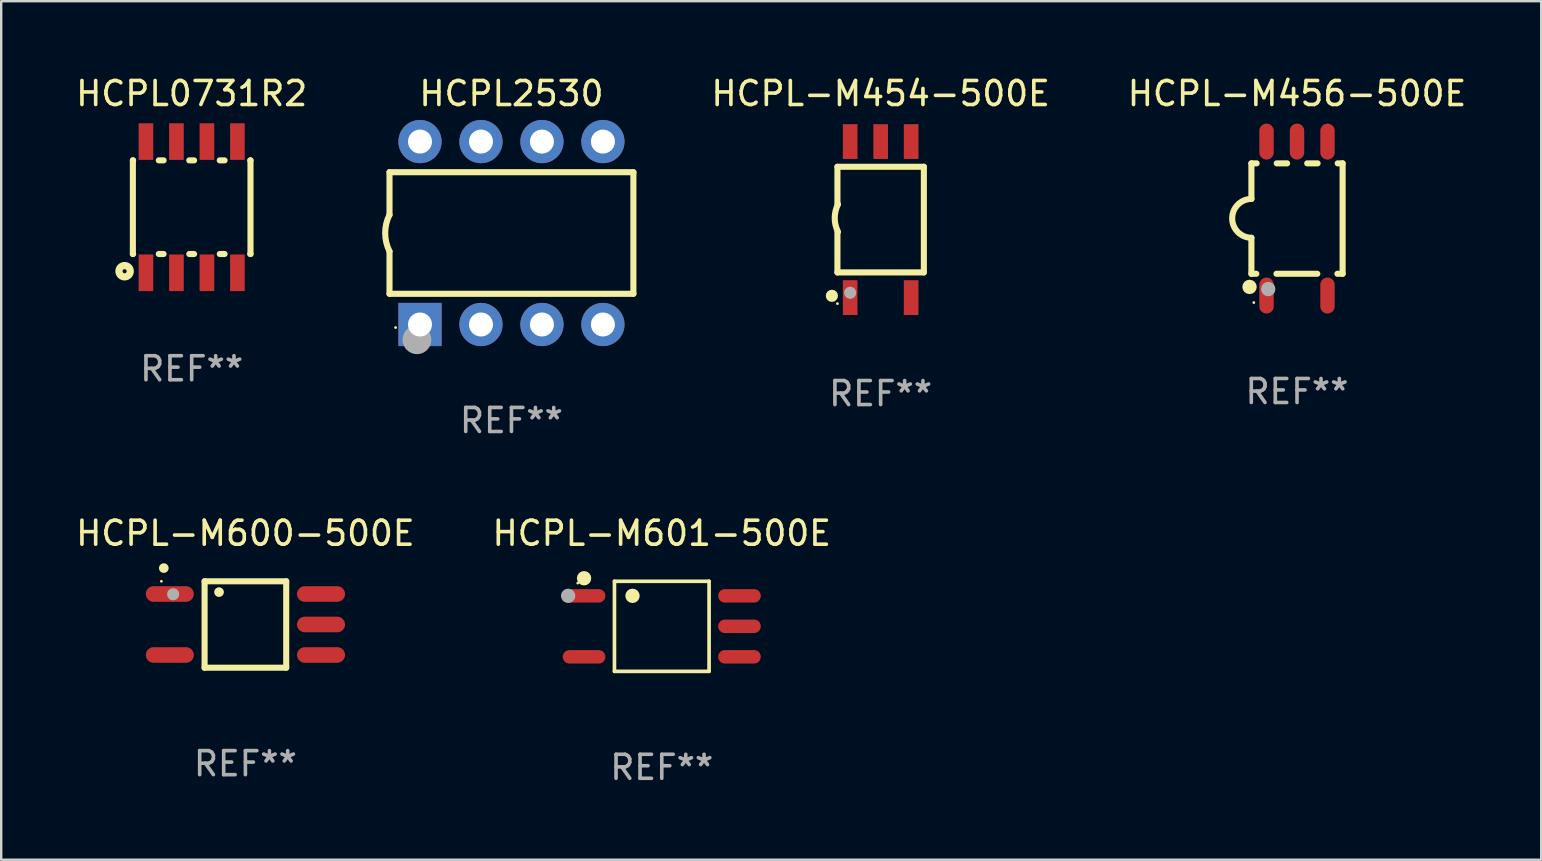
<source format=kicad_pcb>
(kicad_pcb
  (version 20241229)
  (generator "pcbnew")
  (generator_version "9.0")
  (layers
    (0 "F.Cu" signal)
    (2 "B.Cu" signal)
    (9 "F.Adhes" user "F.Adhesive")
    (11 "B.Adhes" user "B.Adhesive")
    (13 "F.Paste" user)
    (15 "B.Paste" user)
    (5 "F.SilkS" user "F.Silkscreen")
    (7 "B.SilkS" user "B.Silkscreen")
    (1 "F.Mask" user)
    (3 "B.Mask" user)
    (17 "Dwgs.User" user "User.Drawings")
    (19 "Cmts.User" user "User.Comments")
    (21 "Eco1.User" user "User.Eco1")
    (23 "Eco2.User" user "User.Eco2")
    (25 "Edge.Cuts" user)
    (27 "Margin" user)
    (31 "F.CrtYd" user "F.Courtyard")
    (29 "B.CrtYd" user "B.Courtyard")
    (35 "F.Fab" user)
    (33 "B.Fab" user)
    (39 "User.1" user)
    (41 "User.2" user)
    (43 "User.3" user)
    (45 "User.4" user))
  (footprint "HCPL0731R2"
    (layer "F.Cu")
    (at 4.935 5.581)
    (property "Reference" "HCPL0731R2" (at 0 -4.733 0) (layer "F.SilkS") (effects (font (size 1 1) (thickness 0.15))))
    (attr through_hole)
    (fp_line (start -2.45 -1.95) (end -2.45 1.95) (stroke (width 0.254) (type solid)) (layer "F.SilkS"))
    (fp_line (start -2.44 -1.95) (end -2.45 -1.95) (stroke (width 0.254) (type solid)) (layer "F.SilkS"))
    (fp_line (start -2.44 1.95) (end -2.45 1.95) (stroke (width 0.254) (type solid)) (layer "F.SilkS"))
    (fp_line (start -1.17 -1.95) (end -1.37 -1.95) (stroke (width 0.254) (type solid)) (layer "F.SilkS"))
    (fp_line (start -1.17 1.95) (end -1.37 1.95) (stroke (width 0.254) (type solid)) (layer "F.SilkS"))
    (fp_line (start 0.1 -1.95) (end -0.1 -1.95) (stroke (width 0.254) (type solid)) (layer "F.SilkS"))
    (fp_line (start 0.1 1.95) (end -0.1 1.95) (stroke (width 0.254) (type solid)) (layer "F.SilkS"))
    (fp_line (start 1.37 -1.95) (end 1.17 -1.95) (stroke (width 0.254) (type solid)) (layer "F.SilkS"))
    (fp_line (start 1.37 1.95) (end 1.17 1.95) (stroke (width 0.254) (type solid)) (layer "F.SilkS"))
    (fp_line (start 2.45 -1.95) (end 2.44 -1.95) (stroke (width 0.254) (type solid)) (layer "F.SilkS"))
    (fp_line (start 2.45 -1.95) (end 2.45 1.95) (stroke (width 0.254) (type solid)) (layer "F.SilkS"))
    (fp_line (start 2.45 1.95) (end 2.44 1.95) (stroke (width 0.254) (type solid)) (layer "F.SilkS"))
    (fp_circle (center -2.794 2.667) (end -2.558 2.667) (stroke (width 0.3) (type solid)) (fill no) (layer "F.SilkS"))
    (fp_text user "REF**" (at 0 6.733 0) (layer "F.Fab") (effects (font (size 1 1) (thickness 0.15))))
    (pad "1" smd rect (at -1.905 2.733) (size 0.61 1.525) (layers "F.Cu" "F.Mask" "F.Paste"))
    (pad "2" smd rect (at -0.635 2.733) (size 0.61 1.525) (layers "F.Cu" "F.Mask" "F.Paste"))
    (pad "3" smd rect (at 0.635 2.733) (size 0.61 1.525) (layers "F.Cu" "F.Mask" "F.Paste"))
    (pad "4" smd rect (at 1.905 2.733) (size 0.61 1.525) (layers "F.Cu" "F.Mask" "F.Paste"))
    (pad "5" smd rect (at 1.905 -2.733) (size 0.61 1.525) (layers "F.Cu" "F.Mask" "F.Paste"))
    (pad "6" smd rect (at 0.635 -2.733) (size 0.61 1.525) (layers "F.Cu" "F.Mask" "F.Paste"))
    (pad "7" smd rect (at -0.635 -2.733) (size 0.61 1.525) (layers "F.Cu" "F.Mask" "F.Paste"))
    (pad "8" smd rect (at -1.905 -2.733) (size 0.61 1.525) (layers "F.Cu" "F.Mask" "F.Paste")))
  (footprint "HCPL2530"
    (layer "F.Cu")
    (at 18.256 6.658)
    (property "Reference" "HCPL2530" (at 0 -5.81 0) (layer "F.SilkS") (effects (font (size 1 1) (thickness 0.15))))
    (attr through_hole)
    (fp_line (start -5.08 -2.534) (end 5.08 -2.534) (stroke (width 0.254) (type solid)) (layer "F.SilkS"))
    (fp_line (start -5.08 -0.762) (end -5.08 -2.534) (stroke (width 0.254) (type solid)) (layer "F.SilkS"))
    (fp_line (start -5.08 2.531) (end -5.08 0.762) (stroke (width 0.254) (type solid)) (layer "F.SilkS"))
    (fp_line (start -5.08 2.531) (end 5.08 2.531) (stroke (width 0.254) (type solid)) (layer "F.SilkS"))
    (fp_line (start 5.08 2.531) (end 5.08 -2.534) (stroke (width 0.254) (type solid)) (layer "F.SilkS"))
    (fp_arc (start -5.08001 0.762001) (mid -5.259894 0) (end -5.08001 -0.762002) (stroke (width 0.254001) (type solid)) (layer "F.SilkS"))
    (fp_circle (center -4.826 3.937) (end -4.796 3.937) (stroke (width 0.06) (type solid)) (fill no) (layer "F.SilkS"))
    (fp_circle (center -3.937 4.445) (end -3.637 4.445) (stroke (width 0.6) (type solid)) (fill no) (layer "F.Fab"))
    (fp_text user "REF**" (at 0 7.81 0) (layer "F.Fab") (effects (font (size 1 1) (thickness 0.15))))
    (pad "1" thru_hole rect (at -3.81 3.81) (size 1.8 1.8) (drill 1) (layers "*.Cu" "*.Mask"))
    (pad "2" thru_hole circle (at -1.27 3.81) (size 1.8 1.8) (drill 1) (layers "*.Cu" "*.Mask"))
    (pad "3" thru_hole circle (at 1.27 3.81) (size 1.8 1.8) (drill 1) (layers "*.Cu" "*.Mask"))
    (pad "4" thru_hole circle (at 3.81 3.81) (size 1.8 1.8) (drill 1) (layers "*.Cu" "*.Mask"))
    (pad "5" thru_hole circle (at 3.81 -3.81) (size 1.8 1.8) (drill 1) (layers "*.Cu" "*.Mask"))
    (pad "6" thru_hole circle (at 1.27 -3.81) (size 1.8 1.8) (drill 1) (layers "*.Cu" "*.Mask"))
    (pad "7" thru_hole circle (at -1.27 -3.81) (size 1.8 1.8) (drill 1) (layers "*.Cu" "*.Mask"))
    (pad "8" thru_hole circle (at -3.81 -3.81) (size 1.8 1.8) (drill 1) (layers "*.Cu" "*.Mask")))
  (footprint "HCPL-M456-500E"
    (layer "F.Cu")
    (at 50.981 6.055)
    (property "Reference" "HCPL-M456-500E" (at 0 -5.207 0) (layer "F.SilkS") (effects (font (size 1 1) (thickness 0.15))))
    (attr through_hole)
    (fp_line (start -1.9 -2.3) (end -1.9 -0.819) (stroke (width 0.254) (type solid)) (layer "F.SilkS"))
    (fp_line (start -1.9 -2.3) (end -1.683 -2.3) (stroke (width 0.254) (type solid)) (layer "F.SilkS"))
    (fp_line (start -1.9 0.801) (end -1.9 2.3) (stroke (width 0.254) (type solid)) (layer "F.SilkS"))
    (fp_line (start -1.9 2.3) (end -1.696 2.3) (stroke (width 0.254) (type solid)) (layer "F.SilkS"))
    (fp_line (start -0.857 2.3) (end 0.845 2.3) (stroke (width 0.254) (type solid)) (layer "F.SilkS"))
    (fp_line (start -0.845 -2.3) (end -0.413 -2.3) (stroke (width 0.254) (type solid)) (layer "F.SilkS"))
    (fp_line (start 0.425 -2.3) (end 0.857 -2.3) (stroke (width 0.254) (type solid)) (layer "F.SilkS"))
    (fp_line (start 1.683 2.3) (end 1.9 2.3) (stroke (width 0.254) (type solid)) (layer "F.SilkS"))
    (fp_line (start 1.696 -2.3) (end 1.9 -2.3) (stroke (width 0.254) (type solid)) (layer "F.SilkS"))
    (fp_line (start 1.9 -2.3) (end 1.9 2.3) (stroke (width 0.254) (type solid)) (layer "F.SilkS"))
    (fp_arc (start -1.9 0.801118) (mid -2.709805 -0.008801) (end -1.899924 -0.818644) (stroke (width 0.254001) (type solid)) (layer "F.SilkS"))
    (fp_circle (center -1.978 2.847) (end -1.828 2.847) (stroke (width 0.3) (type solid)) (fill no) (layer "F.SilkS"))
    (fp_circle (center -1.8 3.5) (end -1.77 3.5) (stroke (width 0.06) (type solid)) (fill no) (layer "F.SilkS"))
    (fp_circle (center -1.199 2.937) (end -1.049 2.937) (stroke (width 0.3) (type solid)) (fill no) (layer "F.Fab"))
    (fp_text user "REF**" (at 0 7.207 0) (layer "F.Fab") (effects (font (size 1 1) (thickness 0.15))))
    (pad "1" smd oval (at -1.27 3.206 90) (size 1.5 0.6) (layers "F.Cu" "F.Mask" "F.Paste"))
    (pad "3" smd oval (at 1.27 3.207 90) (size 1.5 0.6) (layers "F.Cu" "F.Mask" "F.Paste"))
    (pad "4" smd oval (at 1.27 -3.206 90) (size 1.5 0.6) (layers "F.Cu" "F.Mask" "F.Paste"))
    (pad "5" smd oval (at 0 -3.207 90) (size 1.5 0.6) (layers "F.Cu" "F.Mask" "F.Paste"))
    (pad "6" smd oval (at -1.27 -3.207 90) (size 1.5 0.6) (layers "F.Cu" "F.Mask" "F.Paste")))
  (footprint "HCPL-M454-500E"
    (layer "F.Cu")
    (at 33.636 6.098)
    (property "Reference" "HCPL-M454-500E" (at 0 -5.25 0) (layer "F.SilkS") (effects (font (size 1 1) (thickness 0.15))))
    (attr through_hole)
    (fp_line (start -1.8 -2.2) (end -1.8 -0.635) (stroke (width 0.254) (type solid)) (layer "F.SilkS"))
    (fp_line (start -1.8 -2.2) (end 1.8 -2.2) (stroke (width 0.254) (type solid)) (layer "F.SilkS"))
    (fp_line (start -1.8 2.2) (end -1.8 0.508) (stroke (width 0.254) (type solid)) (layer "F.SilkS"))
    (fp_line (start 1.8 -2.2) (end 1.8 2.2) (stroke (width 0.254) (type solid)) (layer "F.SilkS"))
    (fp_line (start 1.8 2.2) (end -1.8 2.2) (stroke (width 0.254) (type solid)) (layer "F.SilkS"))
    (fp_arc (start -1.7778 0.50922) (mid -1.912927 -0.062866) (end -1.778004 -0.635001) (stroke (width 0.254001) (type solid)) (layer "F.SilkS"))
    (fp_circle (center -2.032 3.175) (end -1.905 3.175) (stroke (width 0.254) (type solid)) (fill no) (layer "F.SilkS"))
    (fp_circle (center -1.8 3.5) (end -1.77 3.5) (stroke (width 0.06) (type solid)) (fill no) (layer "F.SilkS"))
    (fp_circle (center -1.27 3.048) (end -1.143 3.048) (stroke (width 0.254) (type solid)) (fill no) (layer "F.Fab"))
    (fp_text user "REF**" (at 0 7.25 0) (layer "F.Fab") (effects (font (size 1 1) (thickness 0.15))))
    (pad "1" smd rect (at -1.27 3.25 90) (size 1.45 0.61) (layers "F.Cu" "F.Mask" "F.Paste"))
    (pad "3" smd rect (at 1.27 3.25 90) (size 1.45 0.61) (layers "F.Cu" "F.Mask" "F.Paste"))
    (pad "4" smd rect (at 1.27 -3.25 90) (size 1.45 0.61) (layers "F.Cu" "F.Mask" "F.Paste"))
    (pad "5" smd rect (at 0 -3.25 90) (size 1.45 0.61) (layers "F.Cu" "F.Mask" "F.Paste"))
    (pad "6" smd rect (at -1.27 -3.25 90) (size 1.45 0.61) (layers "F.Cu" "F.Mask" "F.Paste")))
  (footprint "HCPL-M600-500E"
    (layer "F.Cu")
    (at 7.173 22.965)
    (property "Reference" "HCPL-M600-500E" (at 0 -3.8 0) (layer "F.SilkS") (effects (font (size 1 1) (thickness 0.15))))
    (attr through_hole)
    (fp_line (start -1.7 -1.8) (end -1.7 1.8) (stroke (width 0.254) (type solid)) (layer "F.SilkS"))
    (fp_line (start -1.7 1.8) (end 1.7 1.8) (stroke (width 0.254) (type solid)) (layer "F.SilkS"))
    (fp_line (start 1.7 -1.8) (end -1.7 -1.8) (stroke (width 0.254) (type solid)) (layer "F.SilkS"))
    (fp_line (start 1.7 1.8) (end 1.7 -1.8) (stroke (width 0.254) (type solid)) (layer "F.SilkS"))
    (fp_arc (start -3.400889 -2.349505) (mid -3.399619 -2.34951) (end -3.398349 -2.349505) (stroke (width 0.4) (type solid)) (layer "F.SilkS"))
    (fp_arc (start -1.099644 -1.348743) (mid -1.098374 -1.348747) (end -1.097104 -1.348743) (stroke (width 0.4) (type solid)) (layer "F.SilkS"))
    (fp_circle (center -3.5 -1.8) (end -3.47 -1.8) (stroke (width 0.06) (type solid)) (fill no) (layer "F.SilkS"))
    (fp_circle (center -3.01 -1.26) (end -2.883 -1.26) (stroke (width 0.254) (type solid)) (fill no) (layer "F.Fab"))
    (fp_text user "REF**" (at 0 5.8 0) (layer "F.Fab") (effects (font (size 1 1) (thickness 0.15))))
    (pad "1" smd oval (at -3.15 -1.27 90) (size 0.65 2) (layers "F.Cu" "F.Mask" "F.Paste"))
    (pad "2" smd oval (at -3.149 1.27 90) (size 0.65 2) (layers "F.Cu" "F.Mask" "F.Paste"))
    (pad "3" smd oval (at 3.15 1.27 90) (size 0.65 2) (layers "F.Cu" "F.Mask" "F.Paste"))
    (pad "4" smd oval (at 3.15 0.000076 90) (size 0.65 2) (layers "F.Cu" "F.Mask" "F.Paste"))
    (pad "5" smd oval (at 3.15 -1.27 90) (size 0.65 2) (layers "F.Cu" "F.Mask" "F.Paste")))
  (footprint "HCPL-M601-500E"
    (layer "F.Cu")
    (at 24.518 23.041)
    (property "Reference" "HCPL-M601-500E" (at 0 -3.876 0) (layer "F.SilkS") (effects (font (size 1 1) (thickness 0.15))))
    (attr through_hole)
    (fp_line (start -1.971 -1.876) (end 1.971 -1.876) (stroke (width 0.152) (type solid)) (layer "F.SilkS"))
    (fp_line (start -1.971 1.876) (end -1.971 -1.876) (stroke (width 0.152) (type solid)) (layer "F.SilkS"))
    (fp_line (start 1.971 -1.876) (end 1.971 1.876) (stroke (width 0.152) (type solid)) (layer "F.SilkS"))
    (fp_line (start 1.971 1.876) (end -1.971 1.876) (stroke (width 0.152) (type solid)) (layer "F.SilkS"))
    (fp_circle (center -3.5 -1.8) (end -3.47 -1.8) (stroke (width 0.06) (type solid)) (fill no) (layer "F.SilkS"))
    (fp_circle (center -3.237 -2.002) (end -3.087 -2.002) (stroke (width 0.3) (type solid)) (fill no) (layer "F.SilkS"))
    (fp_circle (center -1.219 -1.27) (end -1.069 -1.27) (stroke (width 0.3) (type solid)) (fill no) (layer "F.SilkS"))
    (fp_circle (center -3.9 -1.27) (end -3.75 -1.27) (stroke (width 0.3) (type solid)) (fill no) (layer "F.Fab"))
    (fp_text user "REF**" (at 0 5.876 0) (layer "F.Fab") (effects (font (size 1 1) (thickness 0.15))))
    (pad "1" smd oval (at -3.237 -1.27 270) (size 0.56 1.775) (layers "F.Cu" "F.Mask" "F.Paste"))
    (pad "3" smd oval (at -3.237 1.27 270) (size 0.56 1.775) (layers "F.Cu" "F.Mask" "F.Paste"))
    (pad "4" smd oval (at 3.237 1.27 270) (size 0.56 1.775) (layers "F.Cu" "F.Mask" "F.Paste"))
    (pad "5" smd oval (at 3.237 0 270) (size 0.56 1.775) (layers "F.Cu" "F.Mask" "F.Paste"))
    (pad "6" smd oval (at 3.237 -1.27 270) (size 0.56 1.775) (layers "F.Cu" "F.Mask" "F.Paste")))
  (gr_rect
    (start -3 -3)
    (end 61.153 32.765)
    (stroke (width 0.1) (type default))
    (fill no)
    (layer "Edge.Cuts")))
</source>
